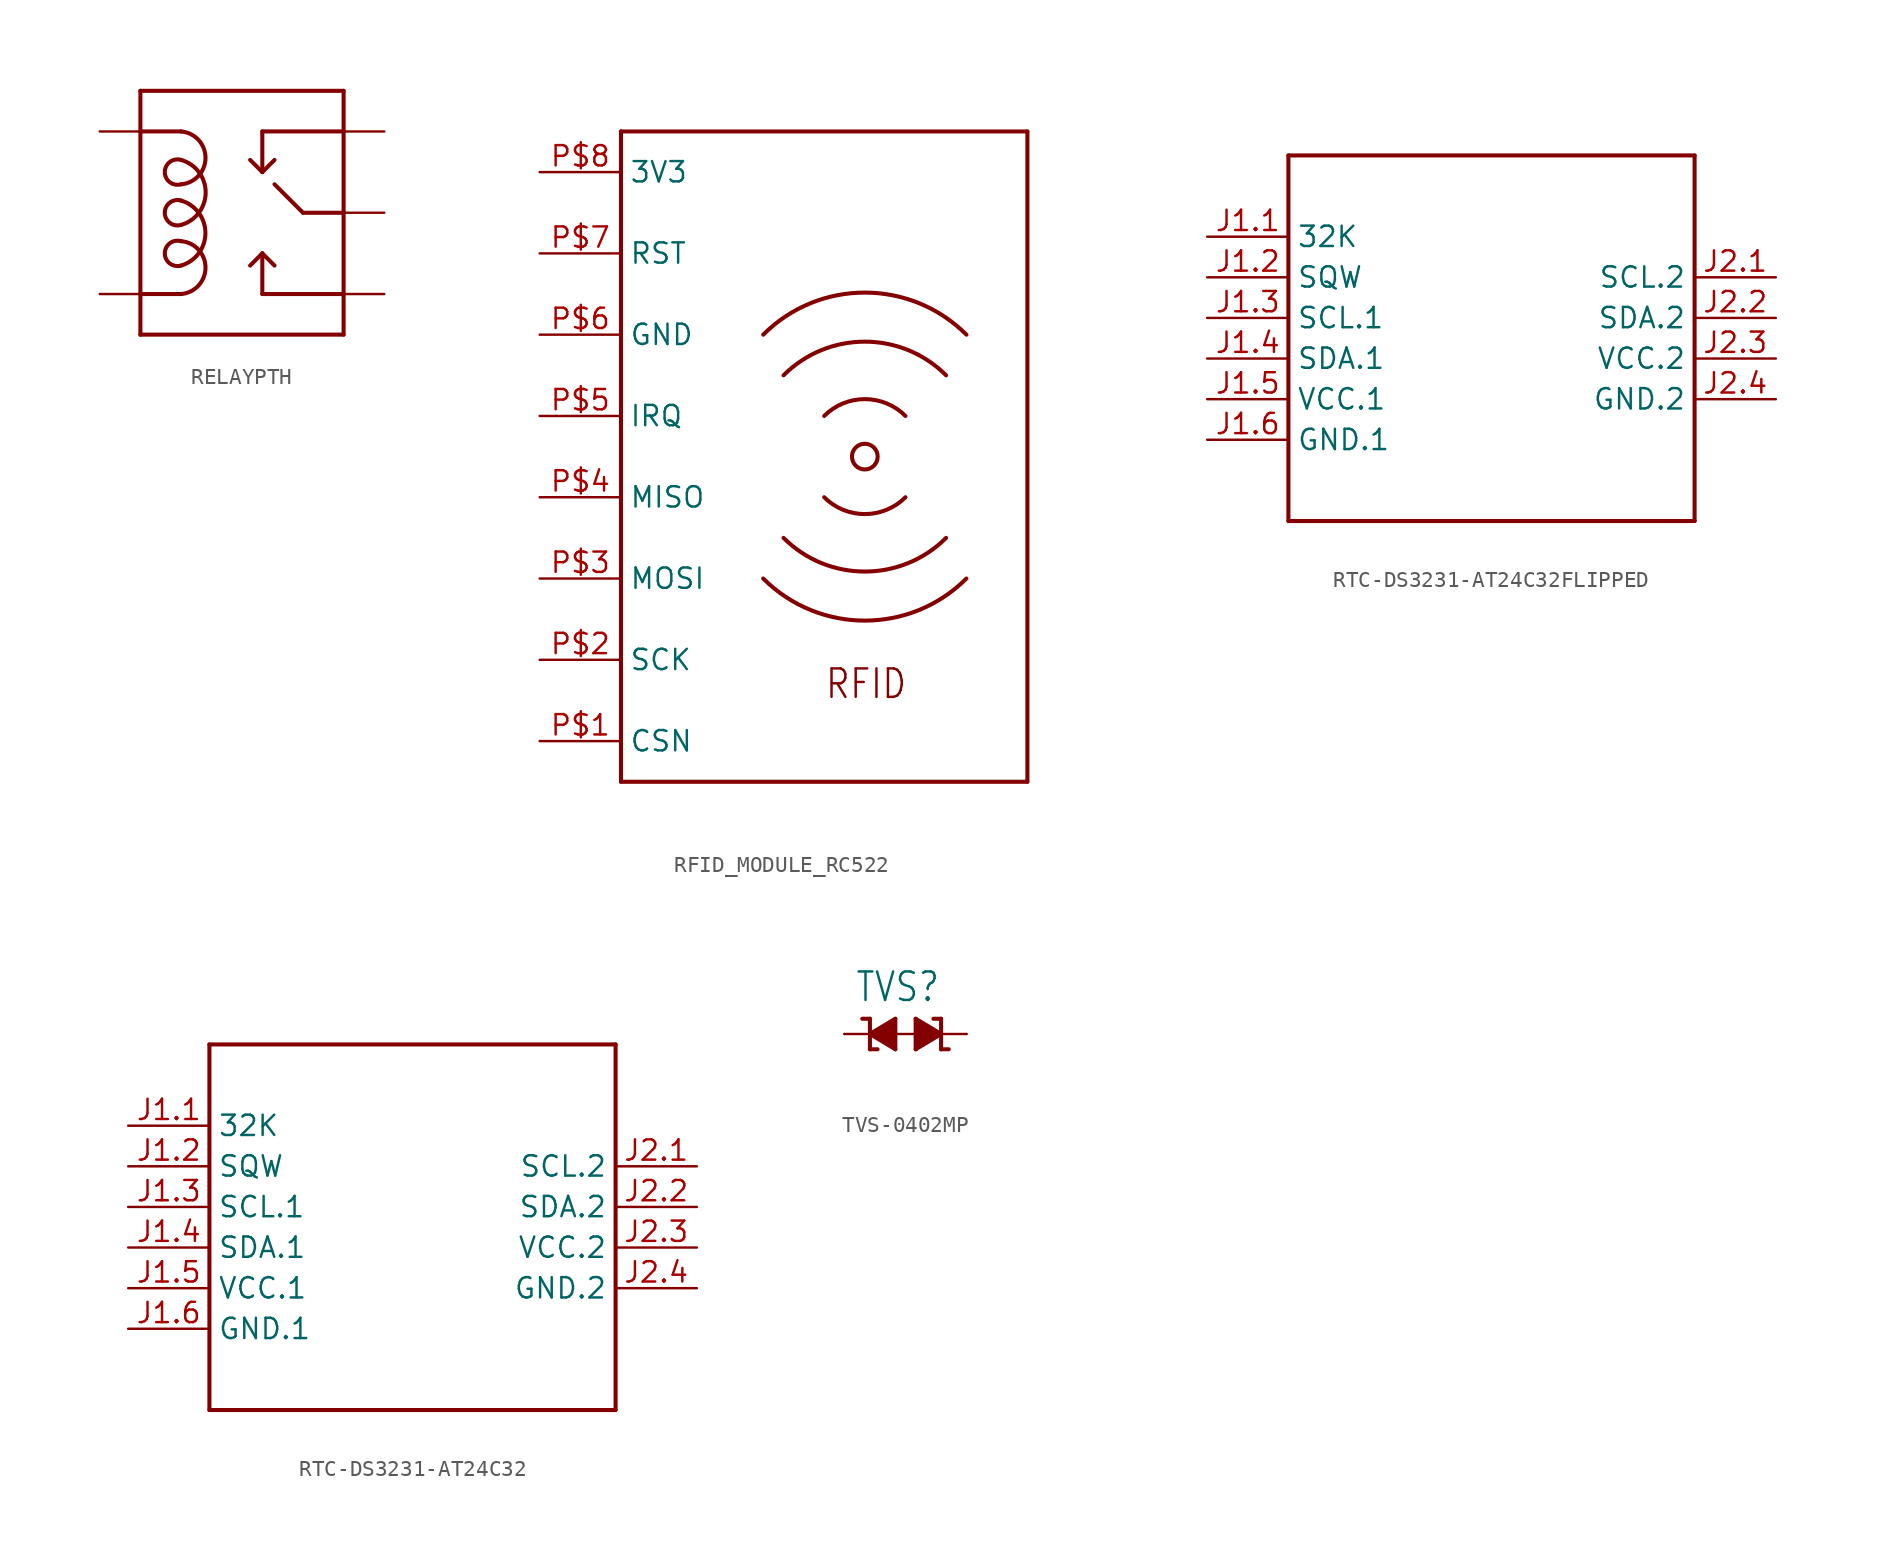
<source format=kicad_sym>
(kicad_symbol_lib
  (version 20231120)
  (generator "kicad_symbol_editor")
  (generator_version "8.0")
  (symbol "RELAYPTH"
    (property "Reference" ""
      (at -7.62 8.128 0)
      (effects (font (size 1.778 1.511)) (justify left bottom) (hide yes)))
    (property "ki_locked" ""
      (at 0 0 0)
      (effects (font (size 1.27 1.27))))
    (symbol "RELAYPTH_1_0"
      (arc (start -5.08 -5.08) (mid -3.5511 -3.429) (end -5.08 -1.778) (stroke (width 0.254) (type solid)) (fill (type none)))
      (arc (start -5.08 -3.302) (mid -3.556 -1.27) (end -5.08 0.762) (stroke (width 0.254) (type solid)) (fill (type none)))
      (arc (start -5.08 -1.778) (mid -6.0961 -2.54) (end -5.08 -3.302) (stroke (width 0.254) (type solid)) (fill (type none)))
      (arc (start -5.08 -0.762) (mid -3.5407 1.27) (end -5.08 3.302) (stroke (width 0.254) (type solid)) (fill (type none)))
      (arc (start -5.08 0.762) (mid -6.0961 0) (end -5.08 -0.762) (stroke (width 0.254) (type solid)) (fill (type none)))
      (arc (start -5.08 1.778) (mid -3.5511 3.429) (end -5.08 5.08) (stroke (width 0.254) (type solid)) (fill (type none)))
      (arc (start -5.08 3.302) (mid -6.0961 2.54) (end -5.08 1.778) (stroke (width 0.254) (type solid)) (fill (type none)))
      (polyline (pts (xy -7.62 -7.62) (xy -7.62 -5.08)) (stroke (width 0.254) (type solid)) (fill (type none)))
      (polyline (pts (xy -7.62 -5.08) (xy -7.62 5.08)) (stroke (width 0.254) (type solid)) (fill (type none)))
      (polyline (pts (xy -7.62 -5.08) (xy -5.08 -5.08)) (stroke (width 0.254) (type solid)) (fill (type none)))
      (polyline (pts (xy -7.62 5.08) (xy -7.62 7.62)) (stroke (width 0.254) (type solid)) (fill (type none)))
      (polyline (pts (xy -7.62 5.08) (xy -5.08 5.08)) (stroke (width 0.254) (type solid)) (fill (type none)))
      (polyline (pts (xy -7.62 7.62) (xy 5.08 7.62)) (stroke (width 0.254) (type solid)) (fill (type none)))
      (polyline (pts (xy 0 -5.08) (xy 0 -2.54)) (stroke (width 0.254) (type solid)) (fill (type none)))
      (polyline (pts (xy 0 -2.54) (xy -0.762 -3.302)) (stroke (width 0.254) (type solid)) (fill (type none)))
      (polyline (pts (xy 0 -2.54) (xy 0.762 -3.302)) (stroke (width 0.254) (type solid)) (fill (type none)))
      (polyline (pts (xy 0 2.54) (xy -0.762 3.302)) (stroke (width 0.254) (type solid)) (fill (type none)))
      (polyline (pts (xy 0 2.54) (xy 0.762 3.302)) (stroke (width 0.254) (type solid)) (fill (type none)))
      (polyline (pts (xy 0 5.08) (xy 0 2.54)) (stroke (width 0.254) (type solid)) (fill (type none)))
      (polyline (pts (xy 2.54 0) (xy 0.762 1.778)) (stroke (width 0.254) (type solid)) (fill (type none)))
      (polyline (pts (xy 5.08 -7.62) (xy -7.62 -7.62)) (stroke (width 0.254) (type solid)) (fill (type none)))
      (polyline (pts (xy 5.08 -5.08) (xy 0 -5.08)) (stroke (width 0.254) (type solid)) (fill (type none)))
      (polyline (pts (xy 5.08 -5.08) (xy 5.08 -7.62)) (stroke (width 0.254) (type solid)) (fill (type none)))
      (polyline (pts (xy 5.08 0) (xy 2.54 0)) (stroke (width 0.254) (type solid)) (fill (type none)))
      (polyline (pts (xy 5.08 0) (xy 5.08 -5.08)) (stroke (width 0.254) (type solid)) (fill (type none)))
      (polyline (pts (xy 5.08 5.08) (xy 0 5.08)) (stroke (width 0.254) (type solid)) (fill (type none)))
      (polyline (pts (xy 5.08 5.08) (xy 5.08 0)) (stroke (width 0.254) (type solid)) (fill (type none)))
      (polyline (pts (xy 5.08 7.62) (xy 5.08 5.08)) (stroke (width 0.254) (type solid)) (fill (type none)))
      (pin bidirectional line (at -10.16 -5.08 0) (length 2.54) (name "COIL0" (effects (font (size 0 0)))) (number "COIL0" (effects (font (size 0 0)))))
      (pin bidirectional line (at -10.16 5.08 0) (length 2.54) (name "COIL1" (effects (font (size 0 0)))) (number "COIL1" (effects (font (size 0 0)))))
      (pin bidirectional line (at 7.62 0 180) (length 2.54) (name "SWCOMMON" (effects (font (size 0 0)))) (number "SWCOMMON" (effects (font (size 0 0)))))
      (pin bidirectional line (at 7.62 5.08 180) (length 2.54) (name "SWCLOSE" (effects (font (size 0 0)))) (number "SW_NC" (effects (font (size 0 0)))))
      (pin bidirectional line (at 7.62 -5.08 180) (length 2.54) (name "SWOPEN" (effects (font (size 0 0)))) (number "SW_NO" (effects (font (size 0 0)))))))
  (symbol "RFID_MODULE_RC522"
    (property "Reference" ""
      (at 0 0 0)
      (effects (font (size 1.27 1.27)) (hide yes)))
    (property "ki_locked" ""
      (at 0 0 0)
      (effects (font (size 1.27 1.27))))
    (symbol "RFID_MODULE_RC522_1_0"
      (polyline (pts (xy -2.54 -20.32) (xy 22.86 -20.32)) (stroke (width 0.254) (type solid)) (fill (type none)))
      (polyline (pts (xy -2.54 20.32) (xy -2.54 -20.32)) (stroke (width 0.254) (type solid)) (fill (type none)))
      (polyline (pts (xy 22.86 -20.32) (xy 22.86 20.32)) (stroke (width 0.254) (type solid)) (fill (type none)))
      (polyline (pts (xy 22.86 20.32) (xy -2.54 20.32)) (stroke (width 0.254) (type solid)) (fill (type none)))
      (arc (start 6.3499 -7.6199) (mid 12.6999 -10.2502) (end 19.05 -7.62) (stroke (width 0.254) (type solid)) (fill (type none)))
      (arc (start 7.62 -5.08) (mid 12.7 -7.1842) (end 17.78 -5.08) (stroke (width 0.254) (type solid)) (fill (type none)))
      (arc (start 10.16 -2.54) (mid 12.7 -3.5921) (end 15.24 -2.54) (stroke (width 0.254) (type solid)) (fill (type none)))
      (circle (center 12.7 0) (radius 0.803) (stroke (width 0.254) (type solid)) (fill (type none)))
      (arc (start 15.24 2.54) (mid 12.7 3.5921) (end 10.16 2.54) (stroke (width 0.254) (type solid)) (fill (type none)))
      (arc (start 17.78 5.08) (mid 12.7 7.1842) (end 7.62 5.08) (stroke (width 0.254) (type solid)) (fill (type none)))
      (arc (start 19.0501 7.6199) (mid 12.7001 10.2502) (end 6.35 7.62) (stroke (width 0.254) (type solid)) (fill (type none)))
      (text "RFID" (at 10.16 -15.24 0) (effects (font (size 1.778 1.511)) (justify left bottom)))
      (pin bidirectional line (at -7.62 -17.78 0) (length 5.08) (name "CSN" (effects (font (size 1.27 1.27)))) (number "P$1" (effects (font (size 1.27 1.27)))))
      (pin bidirectional line (at -7.62 -12.7 0) (length 5.08) (name "SCK" (effects (font (size 1.27 1.27)))) (number "P$2" (effects (font (size 1.27 1.27)))))
      (pin bidirectional line (at -7.62 -7.62 0) (length 5.08) (name "MOSI" (effects (font (size 1.27 1.27)))) (number "P$3" (effects (font (size 1.27 1.27)))))
      (pin bidirectional line (at -7.62 -2.54 0) (length 5.08) (name "MISO" (effects (font (size 1.27 1.27)))) (number "P$4" (effects (font (size 1.27 1.27)))))
      (pin bidirectional line (at -7.62 2.54 0) (length 5.08) (name "IRQ" (effects (font (size 1.27 1.27)))) (number "P$5" (effects (font (size 1.27 1.27)))))
      (pin bidirectional line (at -7.62 7.62 0) (length 5.08) (name "GND" (effects (font (size 1.27 1.27)))) (number "P$6" (effects (font (size 1.27 1.27)))))
      (pin bidirectional line (at -7.62 12.7 0) (length 5.08) (name "RST" (effects (font (size 1.27 1.27)))) (number "P$7" (effects (font (size 1.27 1.27)))))
      (pin bidirectional line (at -7.62 17.78 0) (length 5.08) (name "3V3" (effects (font (size 1.27 1.27)))) (number "P$8" (effects (font (size 1.27 1.27)))))))
  (symbol "RTC-DS3231-AT24C32FLIPPED"
    (property "Reference" ""
      (at -12.7 15.24 0)
      (effects (font (size 1.778 1.511)) (justify left bottom) (hide yes)))
    (property "Value" ""
      (at -12.7 12.7 0)
      (effects (font (size 1.778 1.511)) (justify left bottom)))
    (property "ki_locked" ""
      (at 0 0 0)
      (effects (font (size 1.27 1.27))))
    (symbol "RTC-DS3231-AT24C32FLIPPED_1_0"
      (polyline (pts (xy -12.7 -12.7) (xy -12.7 10.16)) (stroke (width 0.254) (type solid)) (fill (type none)))
      (polyline (pts (xy -12.7 10.16) (xy 12.7 10.16)) (stroke (width 0.254) (type solid)) (fill (type none)))
      (polyline (pts (xy 12.7 -12.7) (xy -12.7 -12.7)) (stroke (width 0.254) (type solid)) (fill (type none)))
      (polyline (pts (xy 12.7 10.16) (xy 12.7 -12.7)) (stroke (width 0.254) (type solid)) (fill (type none)))
      (pin bidirectional line (at -17.78 5.08 0) (length 5.08) (name "32K" (effects (font (size 1.27 1.27)))) (number "J1.1" (effects (font (size 1.27 1.27)))))
      (pin bidirectional line (at -17.78 2.54 0) (length 5.08) (name "SQW" (effects (font (size 1.27 1.27)))) (number "J1.2" (effects (font (size 1.27 1.27)))))
      (pin bidirectional line (at -17.78 0 0) (length 5.08) (name "SCL.1" (effects (font (size 1.27 1.27)))) (number "J1.3" (effects (font (size 1.27 1.27)))))
      (pin bidirectional line (at -17.78 -2.54 0) (length 5.08) (name "SDA.1" (effects (font (size 1.27 1.27)))) (number "J1.4" (effects (font (size 1.27 1.27)))))
      (pin power_in line (at -17.78 -5.08 0) (length 5.08) (name "VCC.1" (effects (font (size 1.27 1.27)))) (number "J1.5" (effects (font (size 1.27 1.27)))))
      (pin power_in line (at -17.78 -7.62 0) (length 5.08) (name "GND.1" (effects (font (size 1.27 1.27)))) (number "J1.6" (effects (font (size 1.27 1.27)))))
      (pin bidirectional line (at 17.78 2.54 180) (length 5.08) (name "SCL.2" (effects (font (size 1.27 1.27)))) (number "J2.1" (effects (font (size 1.27 1.27)))))
      (pin bidirectional line (at 17.78 0 180) (length 5.08) (name "SDA.2" (effects (font (size 1.27 1.27)))) (number "J2.2" (effects (font (size 1.27 1.27)))))
      (pin power_in line (at 17.78 -2.54 180) (length 5.08) (name "VCC.2" (effects (font (size 1.27 1.27)))) (number "J2.3" (effects (font (size 1.27 1.27)))))
      (pin power_in line (at 17.78 -5.08 180) (length 5.08) (name "GND.2" (effects (font (size 1.27 1.27)))) (number "J2.4" (effects (font (size 1.27 1.27)))))))
  (symbol "RTC-DS3231-AT24C32"
    (property "Reference" ""
      (at -12.7 15.24 0)
      (effects (font (size 1.778 1.511)) (justify left bottom) (hide yes)))
    (property "Value" ""
      (at -12.7 12.7 0)
      (effects (font (size 1.778 1.511)) (justify left bottom)))
    (property "ki_locked" ""
      (at 0 0 0)
      (effects (font (size 1.27 1.27))))
    (symbol "RTC-DS3231-AT24C32_1_0"
      (polyline (pts (xy -12.7 -12.7) (xy -12.7 10.16)) (stroke (width 0.254) (type solid)) (fill (type none)))
      (polyline (pts (xy -12.7 10.16) (xy 12.7 10.16)) (stroke (width 0.254) (type solid)) (fill (type none)))
      (polyline (pts (xy 12.7 -12.7) (xy -12.7 -12.7)) (stroke (width 0.254) (type solid)) (fill (type none)))
      (polyline (pts (xy 12.7 10.16) (xy 12.7 -12.7)) (stroke (width 0.254) (type solid)) (fill (type none)))
      (pin bidirectional line (at -17.78 5.08 0) (length 5.08) (name "32K" (effects (font (size 1.27 1.27)))) (number "J1.1" (effects (font (size 1.27 1.27)))))
      (pin bidirectional line (at -17.78 2.54 0) (length 5.08) (name "SQW" (effects (font (size 1.27 1.27)))) (number "J1.2" (effects (font (size 1.27 1.27)))))
      (pin bidirectional line (at -17.78 0 0) (length 5.08) (name "SCL.1" (effects (font (size 1.27 1.27)))) (number "J1.3" (effects (font (size 1.27 1.27)))))
      (pin bidirectional line (at -17.78 -2.54 0) (length 5.08) (name "SDA.1" (effects (font (size 1.27 1.27)))) (number "J1.4" (effects (font (size 1.27 1.27)))))
      (pin power_in line (at -17.78 -5.08 0) (length 5.08) (name "VCC.1" (effects (font (size 1.27 1.27)))) (number "J1.5" (effects (font (size 1.27 1.27)))))
      (pin power_in line (at -17.78 -7.62 0) (length 5.08) (name "GND.1" (effects (font (size 1.27 1.27)))) (number "J1.6" (effects (font (size 1.27 1.27)))))
      (pin bidirectional line (at 17.78 2.54 180) (length 5.08) (name "SCL.2" (effects (font (size 1.27 1.27)))) (number "J2.1" (effects (font (size 1.27 1.27)))))
      (pin bidirectional line (at 17.78 0 180) (length 5.08) (name "SDA.2" (effects (font (size 1.27 1.27)))) (number "J2.2" (effects (font (size 1.27 1.27)))))
      (pin power_in line (at 17.78 -2.54 180) (length 5.08) (name "VCC.2" (effects (font (size 1.27 1.27)))) (number "J2.3" (effects (font (size 1.27 1.27)))))
      (pin power_in line (at 17.78 -5.08 180) (length 5.08) (name "GND.2" (effects (font (size 1.27 1.27)))) (number "J2.4" (effects (font (size 1.27 1.27)))))))
  (symbol "TVS-0402MP"
    (property "Reference" "TVS"
      (at -4.445 1.905 0)
      (effects (font (size 1.778 1.511)) (justify left bottom)))
    (property "Value" ""
      (at -4.445 -3.81 0)
      (effects (font (size 1.778 1.511)) (justify left bottom)))
    (property "ki_locked" ""
      (at 0 0 0)
      (effects (font (size 1.27 1.27))))
    (symbol "TVS-0402MP_1_0"
      (polyline (pts (xy -5.08 0) (xy 2.54 0)) (stroke (width 0.152) (type solid)) (fill (type none)))
      (polyline (pts (xy -3.493 -0.953) (xy -3.493 0)) (stroke (width 0.254) (type solid)) (fill (type none)))
      (polyline (pts (xy -3.493 0) (xy -3.493 0.953)) (stroke (width 0.254) (type solid)) (fill (type none)))
      (polyline (pts (xy -3.493 0) (xy -1.905 -0.953)) (stroke (width 0.254) (type solid)) (fill (type none)))
      (polyline (pts (xy -3.493 0.953) (xy -3.969 0.953)) (stroke (width 0.254) (type solid)) (fill (type none)))
      (polyline (pts (xy -3.016 -0.953) (xy -3.493 -0.953)) (stroke (width 0.254) (type solid)) (fill (type none)))
      (polyline (pts (xy -1.905 -0.953) (xy -1.905 0.953)) (stroke (width 0.254) (type solid)) (fill (type none)))
      (polyline (pts (xy -1.905 0.953) (xy -3.493 0)) (stroke (width 0.254) (type solid)) (fill (type none)))
      (polyline (pts (xy -0.635 -0.953) (xy 0.953 0)) (stroke (width 0.254) (type solid)) (fill (type none)))
      (polyline (pts (xy -0.635 0.953) (xy -0.635 -0.953)) (stroke (width 0.254) (type solid)) (fill (type none)))
      (polyline (pts (xy 0.476 0.953) (xy 0.953 0.953)) (stroke (width 0.254) (type solid)) (fill (type none)))
      (polyline (pts (xy 0.953 -0.953) (xy 1.429 -0.953)) (stroke (width 0.254) (type solid)) (fill (type none)))
      (polyline (pts (xy 0.953 0) (xy -0.635 0.953)) (stroke (width 0.254) (type solid)) (fill (type none)))
      (polyline (pts (xy 0.953 0) (xy 0.953 -0.953)) (stroke (width 0.254) (type solid)) (fill (type none)))
      (polyline (pts (xy 0.953 0.953) (xy 0.953 0)) (stroke (width 0.254) (type solid)) (fill (type none)))
      (polyline (pts (xy -1.905 -0.953) (xy -3.493 0) (xy -1.905 0.953)) (stroke (width 0.152) (type solid)) (fill (type outline)))
      (polyline (pts (xy -0.635 0.953) (xy 0.953 0) (xy -0.635 -0.953)) (stroke (width 0.152) (type solid)) (fill (type outline)))
      (pin passive line (at -5.08 0 0) (length 0) (name "1" (effects (font (size 0 0)))) (number "1" (effects (font (size 0 0)))))
      (pin passive line (at 2.54 0 180) (length 0) (name "2" (effects (font (size 0 0)))) (number "2" (effects (font (size 0 0))))))))
</source>
